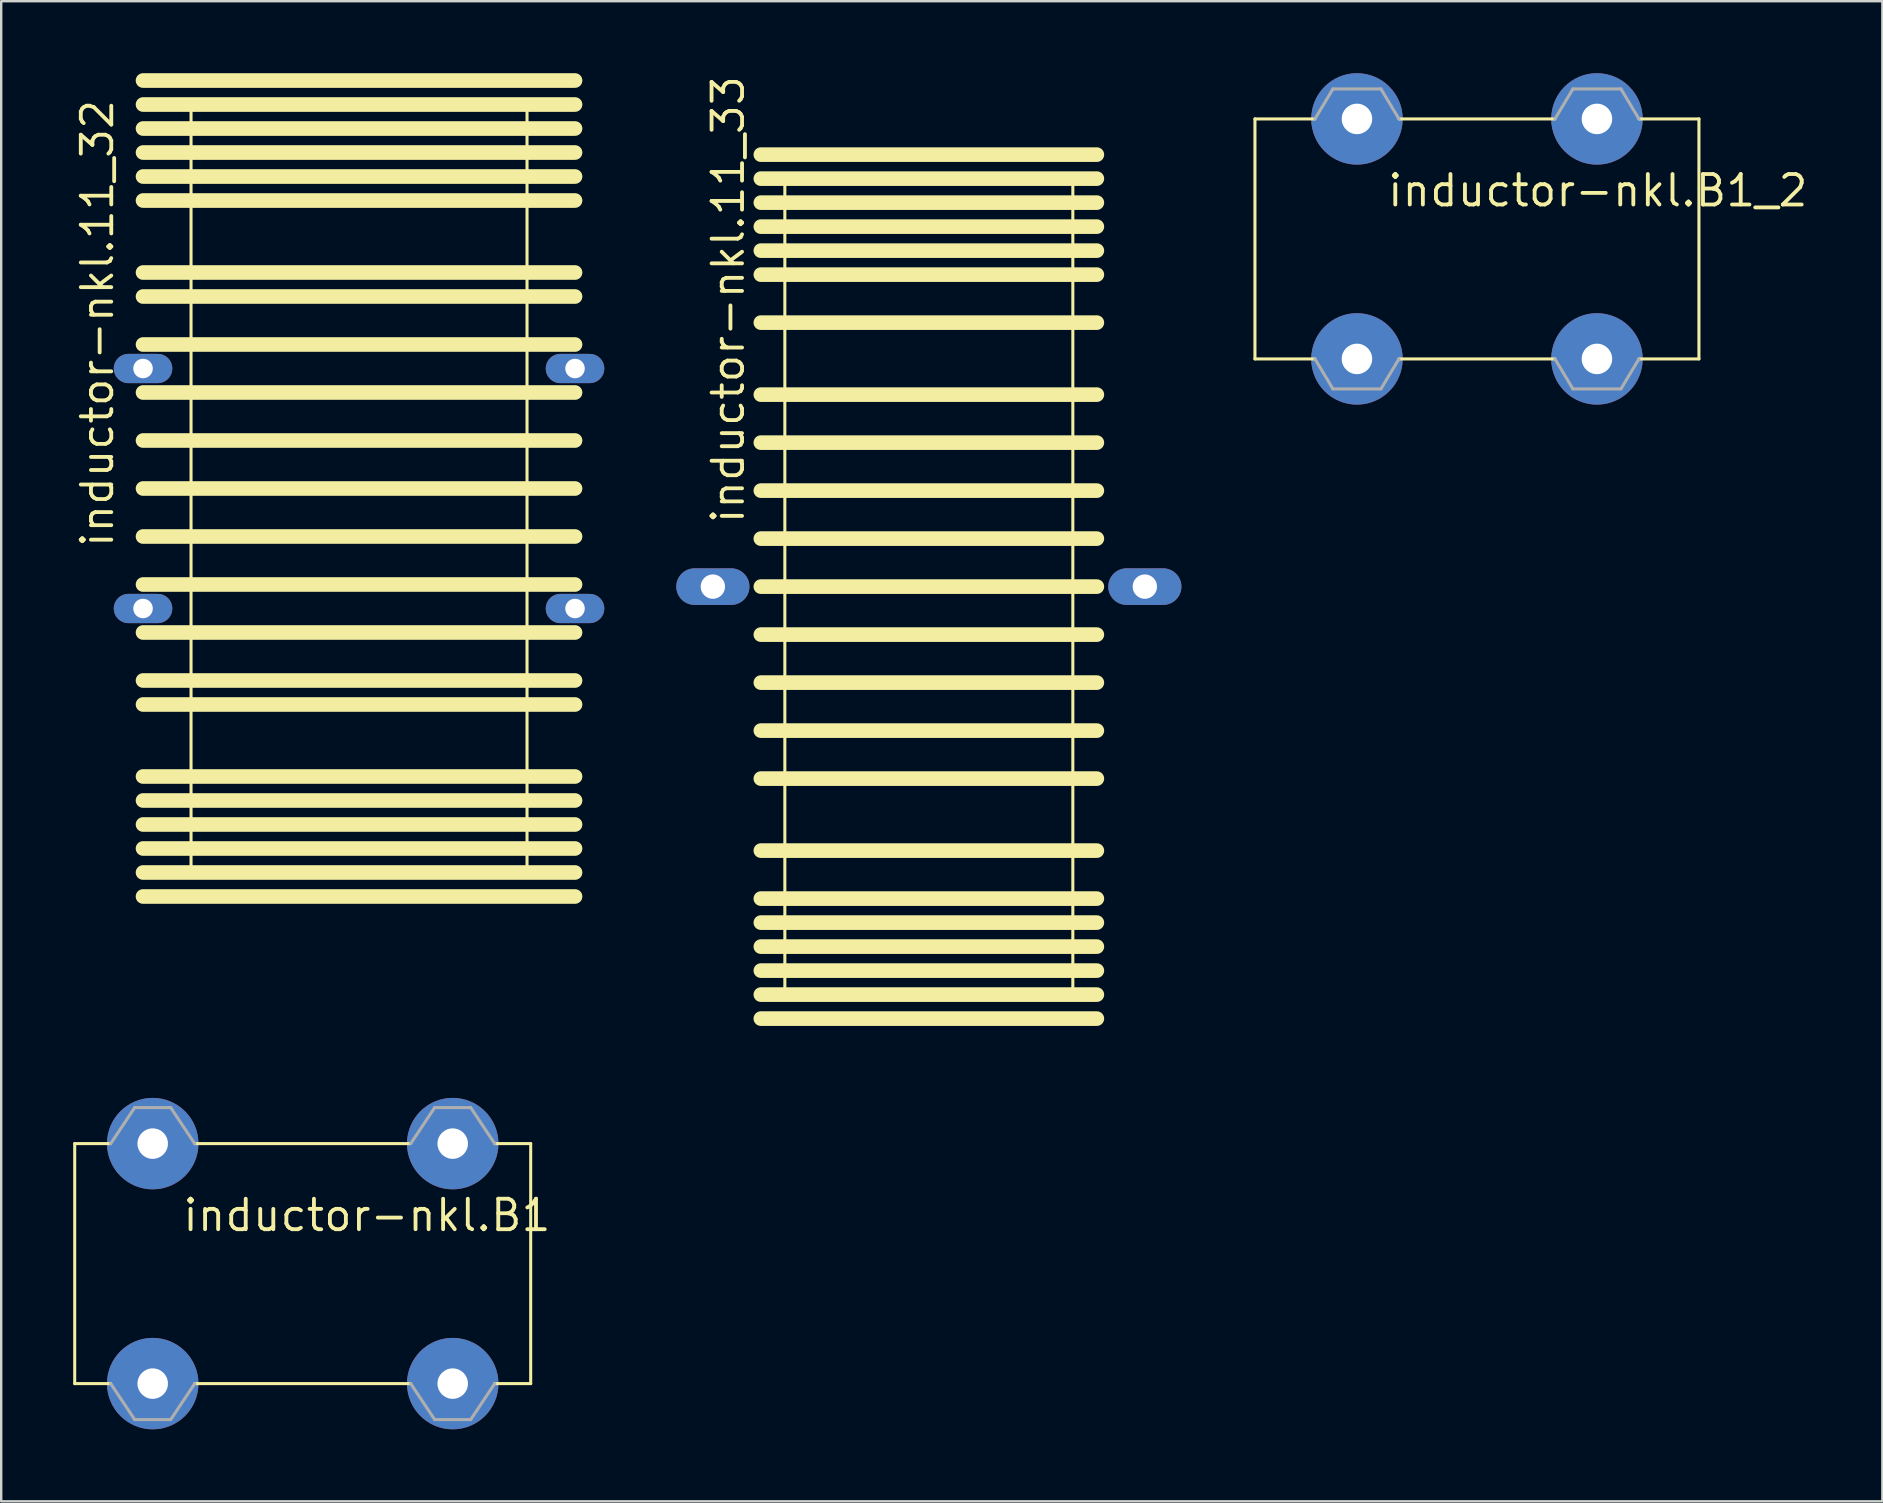
<source format=kicad_pcb>
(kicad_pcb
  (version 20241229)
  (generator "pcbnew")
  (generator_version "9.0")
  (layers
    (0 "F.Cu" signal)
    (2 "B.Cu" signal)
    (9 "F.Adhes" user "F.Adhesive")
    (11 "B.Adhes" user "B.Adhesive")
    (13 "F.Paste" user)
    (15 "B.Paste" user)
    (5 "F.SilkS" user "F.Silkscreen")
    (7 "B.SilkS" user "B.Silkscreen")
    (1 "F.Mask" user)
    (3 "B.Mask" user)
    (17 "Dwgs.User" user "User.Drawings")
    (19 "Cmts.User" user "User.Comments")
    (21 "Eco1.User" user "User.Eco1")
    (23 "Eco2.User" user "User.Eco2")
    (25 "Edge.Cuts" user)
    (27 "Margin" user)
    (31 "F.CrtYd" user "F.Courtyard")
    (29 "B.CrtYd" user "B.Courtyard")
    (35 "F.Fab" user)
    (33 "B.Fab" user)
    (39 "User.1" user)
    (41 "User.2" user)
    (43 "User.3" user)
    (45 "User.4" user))
  (footprint "inductor-nkl.11_32"
    (layer "F.Cu")
    (at 11.91 17.305)
    (property "Reference" "inductor-nkl.11_32" (at -10.16 2.54 90) (layer "F.SilkS") (effects (font (size 1.27 1.27) (thickness 0.16)) (justify left bottom)))
    (attr through_hole)
    (fp_line (start -9 -17) (end 9 -17) (stroke (width 0.61) (type default)) (layer "F.SilkS"))
    (fp_line (start -9 -16) (end 9 -16) (stroke (width 0.61) (type default)) (layer "F.SilkS"))
    (fp_line (start -9 -15) (end 9 -15) (stroke (width 0.61) (type default)) (layer "F.SilkS"))
    (fp_line (start -9 -14) (end 9 -14) (stroke (width 0.61) (type default)) (layer "F.SilkS"))
    (fp_line (start -9 -13) (end 9 -13) (stroke (width 0.61) (type default)) (layer "F.SilkS"))
    (fp_line (start -9 -12) (end 9 -12) (stroke (width 0.61) (type default)) (layer "F.SilkS"))
    (fp_line (start -9 -9) (end 9 -9) (stroke (width 0.61) (type default)) (layer "F.SilkS"))
    (fp_line (start -9 -8) (end 9 -8) (stroke (width 0.61) (type default)) (layer "F.SilkS"))
    (fp_line (start -9 -6) (end 9 -6) (stroke (width 0.61) (type default)) (layer "F.SilkS"))
    (fp_line (start -9 -4) (end 9 -4) (stroke (width 0.61) (type default)) (layer "F.SilkS"))
    (fp_line (start -9 -2) (end 9 -2) (stroke (width 0.61) (type default)) (layer "F.SilkS"))
    (fp_line (start -9 0) (end 9 0) (stroke (width 0.61) (type default)) (layer "F.SilkS"))
    (fp_line (start -9 2) (end 9 2) (stroke (width 0.61) (type default)) (layer "F.SilkS"))
    (fp_line (start -9 4) (end 9 4) (stroke (width 0.61) (type default)) (layer "F.SilkS"))
    (fp_line (start -9 6) (end 9 6) (stroke (width 0.61) (type default)) (layer "F.SilkS"))
    (fp_line (start -9 8) (end 9 8) (stroke (width 0.61) (type default)) (layer "F.SilkS"))
    (fp_line (start -9 9) (end 9 9) (stroke (width 0.61) (type default)) (layer "F.SilkS"))
    (fp_line (start -9 12) (end 9 12) (stroke (width 0.61) (type default)) (layer "F.SilkS"))
    (fp_line (start -9 13) (end 9 13) (stroke (width 0.61) (type default)) (layer "F.SilkS"))
    (fp_line (start -9 14) (end 9 14) (stroke (width 0.61) (type default)) (layer "F.SilkS"))
    (fp_line (start -9 15) (end 9 15) (stroke (width 0.61) (type default)) (layer "F.SilkS"))
    (fp_line (start -9 16) (end 9 16) (stroke (width 0.61) (type default)) (layer "F.SilkS"))
    (fp_line (start -9 17) (end 9 17) (stroke (width 0.61) (type default)) (layer "F.SilkS"))
    (fp_line (start -7 -16) (end 7 -16) (stroke (width 0.127) (type default)) (layer "F.SilkS"))
    (fp_line (start -7 16) (end -7 -16) (stroke (width 0.127) (type default)) (layer "F.SilkS"))
    (fp_line (start 7 -16) (end 7 16) (stroke (width 0.127) (type default)) (layer "F.SilkS"))
    (fp_line (start 7 16) (end -7 16) (stroke (width 0.127) (type default)) (layer "F.SilkS"))
    (pad "1" thru_hole oval (at -9 -5) (size 2.438 1.219) (drill 0.813) (layers "*.Cu" "*.Mask"))
    (pad "2" thru_hole oval (at 9 -5) (size 2.438 1.219) (drill 0.813) (layers "*.Cu" "*.Mask"))
    (pad "3" thru_hole oval (at -9 5) (size 2.438 1.219) (drill 0.813) (layers "*.Cu" "*.Mask"))
    (pad "4" thru_hole oval (at 9 5) (size 2.438 1.219) (drill 0.813) (layers "*.Cu" "*.Mask")))
  (footprint "inductor-nkl.11_33"
    (layer "F.Cu")
    (at 35.653 21.393)
    (property "Reference" "inductor-nkl.11_33" (at -7.62 -2.54 90) (layer "F.SilkS") (effects (font (size 1.27 1.27) (thickness 0.16)) (justify left bottom)))
    (attr through_hole)
    (fp_line (start -7 -18) (end 7 -18) (stroke (width 0.61) (type default)) (layer "F.SilkS"))
    (fp_line (start -7 -17) (end 7 -17) (stroke (width 0.61) (type default)) (layer "F.SilkS"))
    (fp_line (start -7 -16) (end 7 -16) (stroke (width 0.61) (type default)) (layer "F.SilkS"))
    (fp_line (start -7 -15) (end 7 -15) (stroke (width 0.61) (type default)) (layer "F.SilkS"))
    (fp_line (start -7 -14) (end 7 -14) (stroke (width 0.61) (type default)) (layer "F.SilkS"))
    (fp_line (start -7 -13) (end 7 -13) (stroke (width 0.61) (type default)) (layer "F.SilkS"))
    (fp_line (start -7 -11) (end 7 -11) (stroke (width 0.61) (type default)) (layer "F.SilkS"))
    (fp_line (start -7 -8) (end 7 -8) (stroke (width 0.61) (type default)) (layer "F.SilkS"))
    (fp_line (start -7 -6) (end 7 -6) (stroke (width 0.61) (type default)) (layer "F.SilkS"))
    (fp_line (start -7 -4) (end 7 -4) (stroke (width 0.61) (type default)) (layer "F.SilkS"))
    (fp_line (start -7 -2) (end 7 -2) (stroke (width 0.61) (type default)) (layer "F.SilkS"))
    (fp_line (start -7 0) (end 7 0) (stroke (width 0.61) (type default)) (layer "F.SilkS"))
    (fp_line (start -7 2) (end 7 2) (stroke (width 0.61) (type default)) (layer "F.SilkS"))
    (fp_line (start -7 4) (end 7 4) (stroke (width 0.61) (type default)) (layer "F.SilkS"))
    (fp_line (start -7 6) (end 7 6) (stroke (width 0.61) (type default)) (layer "F.SilkS"))
    (fp_line (start -7 8) (end 7 8) (stroke (width 0.61) (type default)) (layer "F.SilkS"))
    (fp_line (start -7 11) (end 7 11) (stroke (width 0.61) (type default)) (layer "F.SilkS"))
    (fp_line (start -7 13) (end 7 13) (stroke (width 0.61) (type default)) (layer "F.SilkS"))
    (fp_line (start -7 14) (end 7 14) (stroke (width 0.61) (type default)) (layer "F.SilkS"))
    (fp_line (start -7 15) (end 7 15) (stroke (width 0.61) (type default)) (layer "F.SilkS"))
    (fp_line (start -7 16) (end 7 16) (stroke (width 0.61) (type default)) (layer "F.SilkS"))
    (fp_line (start -7 17) (end 7 17) (stroke (width 0.61) (type default)) (layer "F.SilkS"))
    (fp_line (start -7 18) (end 7 18) (stroke (width 0.61) (type default)) (layer "F.SilkS"))
    (fp_line (start -6 -17) (end 6 -17) (stroke (width 0.127) (type default)) (layer "F.SilkS"))
    (fp_line (start -6 17) (end -6 -17) (stroke (width 0.127) (type default)) (layer "F.SilkS"))
    (fp_line (start 6 -17) (end 6 17) (stroke (width 0.127) (type default)) (layer "F.SilkS"))
    (fp_line (start 6 17) (end -6 17) (stroke (width 0.127) (type default)) (layer "F.SilkS"))
    (pad "1" thru_hole oval (at -9 0) (size 3.048 1.524) (drill 1.016) (layers "*.Cu" "*.Mask"))
    (pad "2" thru_hole oval (at 9 0) (size 3.048 1.524) (drill 1.016) (layers "*.Cu" "*.Mask")))
  (footprint "inductor-nkl.B1"
    (layer "F.Cu")
    (at 9.563 49.602)
    (property "Reference" "inductor-nkl.B1" (at -5.08 -1.27 0) (layer "F.SilkS") (effects (font (size 1.27 1.27) (thickness 0.16)) (justify left bottom)))
    (attr through_hole)
    (fp_line (start -9.5 -5) (end -8 -5) (stroke (width 0.127) (type default)) (layer "F.SilkS"))
    (fp_line (start -9.5 5) (end -9.5 -5) (stroke (width 0.127) (type default)) (layer "F.SilkS"))
    (fp_line (start -8 5) (end -9.5 5) (stroke (width 0.127) (type default)) (layer "F.SilkS"))
    (fp_line (start -4.5 -5) (end 4.5 -5) (stroke (width 0.127) (type default)) (layer "F.SilkS"))
    (fp_line (start 4.5 5) (end -4.5 5) (stroke (width 0.127) (type default)) (layer "F.SilkS"))
    (fp_line (start 8 -5) (end 9.5 -5) (stroke (width 0.127) (type default)) (layer "F.SilkS"))
    (fp_line (start 9.5 -5) (end 9.5 5) (stroke (width 0.127) (type default)) (layer "F.SilkS"))
    (fp_line (start 9.5 5) (end 8 5) (stroke (width 0.127) (type default)) (layer "F.SilkS"))
    (fp_line (start -8 -5) (end -7 -6.5) (stroke (width 0.127) (type default)) (layer "F.Fab"))
    (fp_line (start -7 -6.5) (end -5.5 -6.5) (stroke (width 0.127) (type default)) (layer "F.Fab"))
    (fp_line (start -7 6.5) (end -8 5) (stroke (width 0.127) (type default)) (layer "F.Fab"))
    (fp_line (start -5.5 -6.5) (end -4.5 -5) (stroke (width 0.127) (type default)) (layer "F.Fab"))
    (fp_line (start -5.5 6.5) (end -7 6.5) (stroke (width 0.127) (type default)) (layer "F.Fab"))
    (fp_line (start -4.5 5) (end -5.5 6.5) (stroke (width 0.127) (type default)) (layer "F.Fab"))
    (fp_line (start 4.5 -5) (end 5.5 -6.5) (stroke (width 0.127) (type default)) (layer "F.Fab"))
    (fp_line (start 5.5 -6.5) (end 7 -6.5) (stroke (width 0.127) (type default)) (layer "F.Fab"))
    (fp_line (start 5.5 6.5) (end 4.5 5) (stroke (width 0.127) (type default)) (layer "F.Fab"))
    (fp_line (start 7 -6.5) (end 8 -5) (stroke (width 0.127) (type default)) (layer "F.Fab"))
    (fp_line (start 7 6.5) (end 5.5 6.5) (stroke (width 0.127) (type default)) (layer "F.Fab"))
    (fp_line (start 8 5) (end 7 6.5) (stroke (width 0.127) (type default)) (layer "F.Fab"))
    (pad "1" thru_hole circle (at -6.25 -5) (size 3.81 3.81) (drill 1.27) (layers "*.Cu" "*.Mask"))
    (pad "2" thru_hole circle (at -6.25 5) (size 3.81 3.81) (drill 1.27) (layers "*.Cu" "*.Mask"))
    (pad "3" thru_hole circle (at 6.25 -5) (size 3.81 3.81) (drill 1.27) (layers "*.Cu" "*.Mask"))
    (pad "4" thru_hole circle (at 6.25 5) (size 3.81 3.81) (drill 1.27) (layers "*.Cu" "*.Mask")))
  (footprint "inductor-nkl.B1_2"
    (layer "F.Cu")
    (at 58.491 6.905)
    (property "Reference" "inductor-nkl.B1_2" (at -3.81 -1.27 0) (layer "F.SilkS") (effects (font (size 1.27 1.27) (thickness 0.16)) (justify left bottom)))
    (attr through_hole)
    (fp_line (start -9.25 -5) (end -6.75 -5) (stroke (width 0.127) (type default)) (layer "F.SilkS"))
    (fp_line (start -9.25 5) (end -9.25 -5) (stroke (width 0.127) (type default)) (layer "F.SilkS"))
    (fp_line (start -6.75 5) (end -9.25 5) (stroke (width 0.127) (type default)) (layer "F.SilkS"))
    (fp_line (start -3.25 -5) (end 3.25 -5) (stroke (width 0.127) (type default)) (layer "F.SilkS"))
    (fp_line (start 3.25 5) (end -3.25 5) (stroke (width 0.127) (type default)) (layer "F.SilkS"))
    (fp_line (start 6.75 -5) (end 9.25 -5) (stroke (width 0.127) (type default)) (layer "F.SilkS"))
    (fp_line (start 9.25 -5) (end 9.25 5) (stroke (width 0.127) (type default)) (layer "F.SilkS"))
    (fp_line (start 9.25 5) (end 6.75 5) (stroke (width 0.127) (type default)) (layer "F.SilkS"))
    (fp_line (start -6.75 -5) (end -6 -6.25) (stroke (width 0.127) (type default)) (layer "F.Fab"))
    (fp_line (start -6 -6.25) (end -4 -6.25) (stroke (width 0.127) (type default)) (layer "F.Fab"))
    (fp_line (start -6 6.25) (end -6.75 5) (stroke (width 0.127) (type default)) (layer "F.Fab"))
    (fp_line (start -4 -6.25) (end -3.25 -5) (stroke (width 0.127) (type default)) (layer "F.Fab"))
    (fp_line (start -4 6.25) (end -6 6.25) (stroke (width 0.127) (type default)) (layer "F.Fab"))
    (fp_line (start -3.25 5) (end -4 6.25) (stroke (width 0.127) (type default)) (layer "F.Fab"))
    (fp_line (start 3.25 -5) (end 4 -6.25) (stroke (width 0.127) (type default)) (layer "F.Fab"))
    (fp_line (start 4 -6.25) (end 6 -6.25) (stroke (width 0.127) (type default)) (layer "F.Fab"))
    (fp_line (start 4 6.25) (end 3.25 5) (stroke (width 0.127) (type default)) (layer "F.Fab"))
    (fp_line (start 6 -6.25) (end 6.75 -5) (stroke (width 0.127) (type default)) (layer "F.Fab"))
    (fp_line (start 6 6.25) (end 4 6.25) (stroke (width 0.127) (type default)) (layer "F.Fab"))
    (fp_line (start 6.75 5) (end 6 6.25) (stroke (width 0.127) (type default)) (layer "F.Fab"))
    (pad "1" thru_hole circle (at -5 -5) (size 3.81 3.81) (drill 1.27) (layers "*.Cu" "*.Mask"))
    (pad "2" thru_hole circle (at -5 5) (size 3.81 3.81) (drill 1.27) (layers "*.Cu" "*.Mask"))
    (pad "3" thru_hole circle (at 5 -5) (size 3.81 3.81) (drill 1.27) (layers "*.Cu" "*.Mask"))
    (pad "4" thru_hole circle (at 5 5) (size 3.81 3.81) (drill 1.27) (layers "*.Cu" "*.Mask")))
  (gr_rect
    (start -3 -3)
    (end 75.384 59.507)
    (stroke (width 0.1) (type default))
    (fill no)
    (layer "Edge.Cuts")))
</source>
